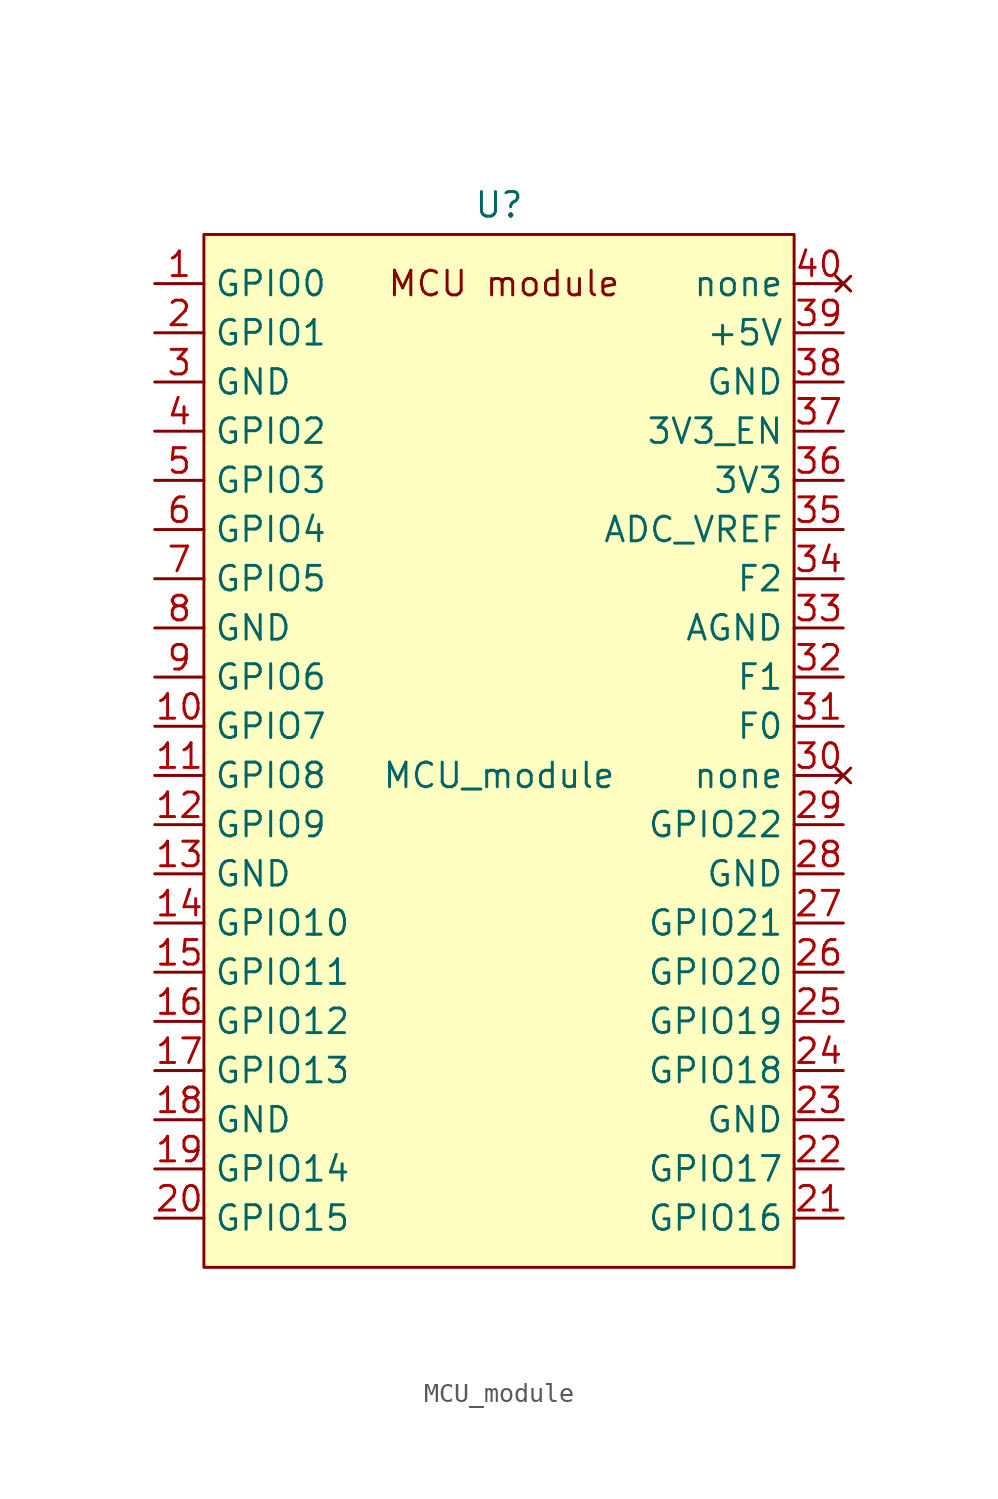
<source format=kicad_sym>
(kicad_symbol_lib
  (version 20231120)
  (generator "kicad_symbol_editor")
  (generator_version "8.0")
  (symbol "MCU_module"
    (property "Reference" "U"
      (at 0 29.464 0)
      (effects (font (size 1.27 1.27))))
    (property "Value" "MCU_module"
      (at 0 0 0)
      (effects (font (size 1.27 1.27))))
    (symbol "MCU_module_0_1"
      (rectangle (start -15.24 27.94) (end 15.24 -25.4) (stroke (width 0) (type default)) (fill (type background))))
    (symbol "MCU_module_1_0"
      (text "MCU module\n" (at 0.254 25.4 0) (effects (font (size 1.27 1.27)))))
    (symbol "MCU_module_1_1"
      (pin bidirectional line (at -17.78 25.4 0) (length 2.54) (name "GPIO0" (effects (font (size 1.27 1.27)))) (number "1" (effects (font (size 1.27 1.27)))))
      (pin bidirectional line (at -17.78 2.54 0) (length 2.54) (name "GPIO7" (effects (font (size 1.27 1.27)))) (number "10" (effects (font (size 1.27 1.27)))))
      (pin bidirectional line (at -17.78 0 0) (length 2.54) (name "GPIO8" (effects (font (size 1.27 1.27)))) (number "11" (effects (font (size 1.27 1.27)))))
      (pin bidirectional line (at -17.78 -2.54 0) (length 2.54) (name "GPIO9" (effects (font (size 1.27 1.27)))) (number "12" (effects (font (size 1.27 1.27)))))
      (pin power_in line (at -17.78 -5.08 0) (length 2.54) (name "GND" (effects (font (size 1.27 1.27)))) (number "13" (effects (font (size 1.27 1.27)))))
      (pin bidirectional line (at -17.78 -7.62 0) (length 2.54) (name "GPIO10" (effects (font (size 1.27 1.27)))) (number "14" (effects (font (size 1.27 1.27)))))
      (pin bidirectional line (at -17.78 -10.16 0) (length 2.54) (name "GPIO11" (effects (font (size 1.27 1.27)))) (number "15" (effects (font (size 1.27 1.27)))))
      (pin bidirectional line (at -17.78 -12.7 0) (length 2.54) (name "GPIO12" (effects (font (size 1.27 1.27)))) (number "16" (effects (font (size 1.27 1.27)))))
      (pin bidirectional line (at -17.78 -15.24 0) (length 2.54) (name "GPIO13" (effects (font (size 1.27 1.27)))) (number "17" (effects (font (size 1.27 1.27)))))
      (pin power_in line (at -17.78 -17.78 0) (length 2.54) (name "GND" (effects (font (size 1.27 1.27)))) (number "18" (effects (font (size 1.27 1.27)))))
      (pin bidirectional line (at -17.78 -20.32 0) (length 2.54) (name "GPIO14" (effects (font (size 1.27 1.27)))) (number "19" (effects (font (size 1.27 1.27)))))
      (pin bidirectional line (at -17.78 22.86 0) (length 2.54) (name "GPIO1" (effects (font (size 1.27 1.27)))) (number "2" (effects (font (size 1.27 1.27)))))
      (pin bidirectional line (at -17.78 -22.86 0) (length 2.54) (name "GPIO15" (effects (font (size 1.27 1.27)))) (number "20" (effects (font (size 1.27 1.27)))))
      (pin bidirectional line (at 17.78 -22.86 180) (length 2.54) (name "GPIO16" (effects (font (size 1.27 1.27)))) (number "21" (effects (font (size 1.27 1.27)))))
      (pin bidirectional line (at 17.78 -20.32 180) (length 2.54) (name "GPIO17" (effects (font (size 1.27 1.27)))) (number "22" (effects (font (size 1.27 1.27)))))
      (pin power_in line (at 17.78 -17.78 180) (length 2.54) (name "GND" (effects (font (size 1.27 1.27)))) (number "23" (effects (font (size 1.27 1.27)))))
      (pin bidirectional line (at 17.78 -15.24 180) (length 2.54) (name "GPIO18" (effects (font (size 1.27 1.27)))) (number "24" (effects (font (size 1.27 1.27)))))
      (pin bidirectional line (at 17.78 -12.7 180) (length 2.54) (name "GPIO19" (effects (font (size 1.27 1.27)))) (number "25" (effects (font (size 1.27 1.27)))))
      (pin bidirectional line (at 17.78 -10.16 180) (length 2.54) (name "GPIO20" (effects (font (size 1.27 1.27)))) (number "26" (effects (font (size 1.27 1.27)))))
      (pin bidirectional line (at 17.78 -7.62 180) (length 2.54) (name "GPIO21" (effects (font (size 1.27 1.27)))) (number "27" (effects (font (size 1.27 1.27)))))
      (pin power_in line (at 17.78 -5.08 180) (length 2.54) (name "GND" (effects (font (size 1.27 1.27)))) (number "28" (effects (font (size 1.27 1.27)))))
      (pin bidirectional line (at 17.78 -2.54 180) (length 2.54) (name "GPIO22" (effects (font (size 1.27 1.27)))) (number "29" (effects (font (size 1.27 1.27)))))
      (pin power_in line (at -17.78 20.32 0) (length 2.54) (name "GND" (effects (font (size 1.27 1.27)))) (number "3" (effects (font (size 1.27 1.27)))))
      (pin no_connect line (at 17.78 0 180) (length 2.54) (name "none" (effects (font (size 1.27 1.27)))) (number "30" (effects (font (size 1.27 1.27)))))
      (pin bidirectional line (at 17.78 2.54 180) (length 2.54) (name "F0" (effects (font (size 1.27 1.27)))) (number "31" (effects (font (size 1.27 1.27)))))
      (pin bidirectional line (at 17.78 5.08 180) (length 2.54) (name "F1" (effects (font (size 1.27 1.27)))) (number "32" (effects (font (size 1.27 1.27)))))
      (pin power_in line (at 17.78 7.62 180) (length 2.54) (name "AGND" (effects (font (size 1.27 1.27)))) (number "33" (effects (font (size 1.27 1.27)))))
      (pin bidirectional line (at 17.78 10.16 180) (length 2.54) (name "F2" (effects (font (size 1.27 1.27)))) (number "34" (effects (font (size 1.27 1.27)))))
      (pin power_in line (at 17.78 12.7 180) (length 2.54) (name "ADC_VREF" (effects (font (size 1.27 1.27)))) (number "35" (effects (font (size 1.27 1.27)))))
      (pin power_in line (at 17.78 15.24 180) (length 2.54) (name "3V3" (effects (font (size 1.27 1.27)))) (number "36" (effects (font (size 1.27 1.27)))))
      (pin input line (at 17.78 17.78 180) (length 2.54) (name "3V3_EN" (effects (font (size 1.27 1.27)))) (number "37" (effects (font (size 1.27 1.27)))))
      (pin bidirectional line (at 17.78 20.32 180) (length 2.54) (name "GND" (effects (font (size 1.27 1.27)))) (number "38" (effects (font (size 1.27 1.27)))))
      (pin power_in line (at 17.78 22.86 180) (length 2.54) (name "+5V" (effects (font (size 1.27 1.27)))) (number "39" (effects (font (size 1.27 1.27)))))
      (pin bidirectional line (at -17.78 17.78 0) (length 2.54) (name "GPIO2" (effects (font (size 1.27 1.27)))) (number "4" (effects (font (size 1.27 1.27)))))
      (pin no_connect line (at 17.78 25.4 180) (length 2.54) (name "none" (effects (font (size 1.27 1.27)))) (number "40" (effects (font (size 1.27 1.27)))))
      (pin bidirectional line (at -17.78 15.24 0) (length 2.54) (name "GPIO3" (effects (font (size 1.27 1.27)))) (number "5" (effects (font (size 1.27 1.27)))))
      (pin bidirectional line (at -17.78 12.7 0) (length 2.54) (name "GPIO4" (effects (font (size 1.27 1.27)))) (number "6" (effects (font (size 1.27 1.27)))))
      (pin bidirectional line (at -17.78 10.16 0) (length 2.54) (name "GPIO5" (effects (font (size 1.27 1.27)))) (number "7" (effects (font (size 1.27 1.27)))))
      (pin power_in line (at -17.78 7.62 0) (length 2.54) (name "GND" (effects (font (size 1.27 1.27)))) (number "8" (effects (font (size 1.27 1.27)))))
      (pin bidirectional line (at -17.78 5.08 0) (length 2.54) (name "GPIO6" (effects (font (size 1.27 1.27)))) (number "9" (effects (font (size 1.27 1.27))))))))
</source>
